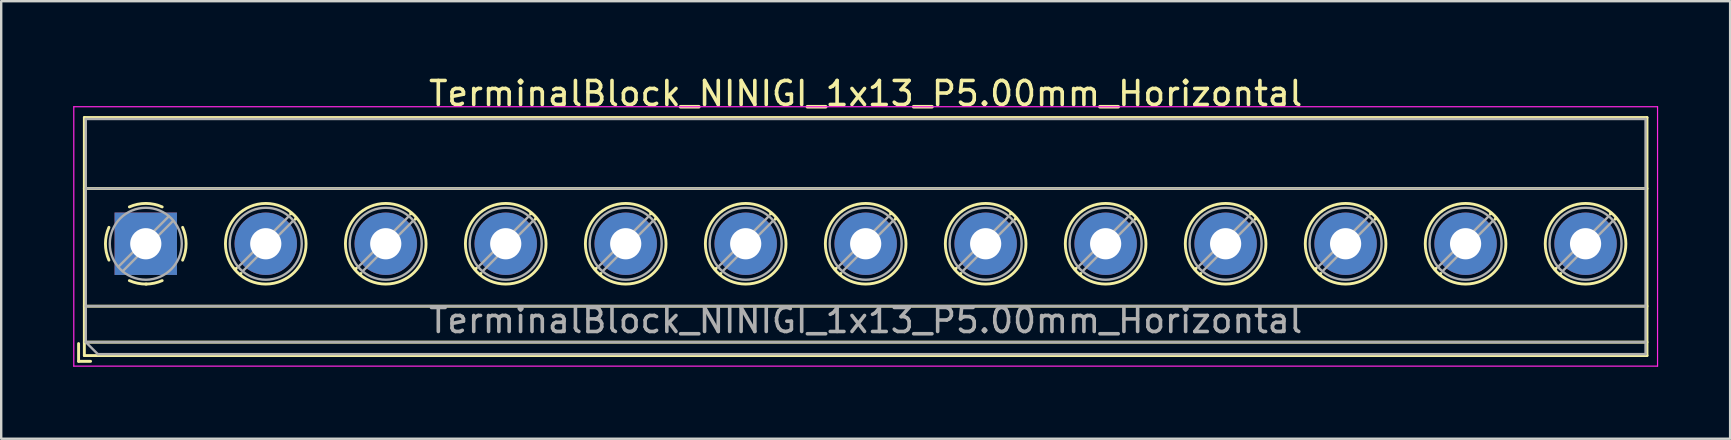
<source format=kicad_pcb>
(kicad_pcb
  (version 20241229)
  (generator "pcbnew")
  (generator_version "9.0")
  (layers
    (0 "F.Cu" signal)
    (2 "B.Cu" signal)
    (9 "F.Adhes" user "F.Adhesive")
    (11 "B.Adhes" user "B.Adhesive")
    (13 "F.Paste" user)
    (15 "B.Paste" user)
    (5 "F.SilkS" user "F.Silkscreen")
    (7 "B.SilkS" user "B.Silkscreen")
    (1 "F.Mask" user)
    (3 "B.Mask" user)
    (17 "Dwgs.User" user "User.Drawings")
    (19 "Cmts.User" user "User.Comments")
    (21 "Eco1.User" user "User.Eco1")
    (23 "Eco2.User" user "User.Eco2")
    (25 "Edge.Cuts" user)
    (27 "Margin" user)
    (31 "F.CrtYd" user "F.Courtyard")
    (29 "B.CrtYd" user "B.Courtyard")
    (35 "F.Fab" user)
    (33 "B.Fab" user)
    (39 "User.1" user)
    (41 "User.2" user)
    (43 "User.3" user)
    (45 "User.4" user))
  (footprint "TerminalBlock_NINIGI_1x13_P5.00mm_Horizontal"
    (layer "F.Cu")
    (at 3.025 7.108)
    (property "Reference" "TerminalBlock_NINIGI_1x13_P5.00mm_Horizontal" (at 30 -6.26 0) (layer "F.SilkS") (effects (font (size 1 1) (thickness 0.15))))
    (attr through_hole)
    (fp_line (start -2.8 4.16) (end -2.8 4.9) (stroke (width 0.12) (type solid)) (layer "F.SilkS"))
    (fp_line (start -2.8 4.9) (end -2.3 4.9) (stroke (width 0.12) (type solid)) (layer "F.SilkS"))
    (fp_line (start -2.56 -5.261) (end -2.56 4.66) (stroke (width 0.12) (type solid)) (layer "F.SilkS"))
    (fp_line (start -2.56 -5.261) (end 62.56 -5.261) (stroke (width 0.12) (type solid)) (layer "F.SilkS"))
    (fp_line (start -2.56 -2.301) (end 62.56 -2.301) (stroke (width 0.12) (type solid)) (layer "F.SilkS"))
    (fp_line (start -2.56 2.6) (end 62.56 2.6) (stroke (width 0.12) (type solid)) (layer "F.SilkS"))
    (fp_line (start -2.56 4.1) (end 62.56 4.1) (stroke (width 0.12) (type solid)) (layer "F.SilkS"))
    (fp_line (start -2.56 4.66) (end 62.56 4.66) (stroke (width 0.12) (type solid)) (layer "F.SilkS"))
    (fp_line (start 3.773 1.023) (end 3.726 1.069) (stroke (width 0.12) (type solid)) (layer "F.SilkS"))
    (fp_line (start 3.966 1.239) (end 3.931 1.274) (stroke (width 0.12) (type solid)) (layer "F.SilkS"))
    (fp_line (start 6.07 -1.275) (end 6.035 -1.239) (stroke (width 0.12) (type solid)) (layer "F.SilkS"))
    (fp_line (start 6.275 -1.069) (end 6.228 -1.023) (stroke (width 0.12) (type solid)) (layer "F.SilkS"))
    (fp_line (start 8.773 1.023) (end 8.726 1.069) (stroke (width 0.12) (type solid)) (layer "F.SilkS"))
    (fp_line (start 8.966 1.239) (end 8.931 1.274) (stroke (width 0.12) (type solid)) (layer "F.SilkS"))
    (fp_line (start 11.07 -1.275) (end 11.035 -1.239) (stroke (width 0.12) (type solid)) (layer "F.SilkS"))
    (fp_line (start 11.275 -1.069) (end 11.228 -1.023) (stroke (width 0.12) (type solid)) (layer "F.SilkS"))
    (fp_line (start 13.773 1.023) (end 13.726 1.069) (stroke (width 0.12) (type solid)) (layer "F.SilkS"))
    (fp_line (start 13.966 1.239) (end 13.931 1.274) (stroke (width 0.12) (type solid)) (layer "F.SilkS"))
    (fp_line (start 16.07 -1.275) (end 16.035 -1.239) (stroke (width 0.12) (type solid)) (layer "F.SilkS"))
    (fp_line (start 16.275 -1.069) (end 16.228 -1.023) (stroke (width 0.12) (type solid)) (layer "F.SilkS"))
    (fp_line (start 18.773 1.023) (end 18.726 1.069) (stroke (width 0.12) (type solid)) (layer "F.SilkS"))
    (fp_line (start 18.966 1.239) (end 18.931 1.274) (stroke (width 0.12) (type solid)) (layer "F.SilkS"))
    (fp_line (start 21.07 -1.275) (end 21.035 -1.239) (stroke (width 0.12) (type solid)) (layer "F.SilkS"))
    (fp_line (start 21.275 -1.069) (end 21.228 -1.023) (stroke (width 0.12) (type solid)) (layer "F.SilkS"))
    (fp_line (start 23.773 1.023) (end 23.726 1.069) (stroke (width 0.12) (type solid)) (layer "F.SilkS"))
    (fp_line (start 23.966 1.239) (end 23.931 1.274) (stroke (width 0.12) (type solid)) (layer "F.SilkS"))
    (fp_line (start 26.07 -1.275) (end 26.035 -1.239) (stroke (width 0.12) (type solid)) (layer "F.SilkS"))
    (fp_line (start 26.275 -1.069) (end 26.228 -1.023) (stroke (width 0.12) (type solid)) (layer "F.SilkS"))
    (fp_line (start 28.773 1.023) (end 28.726 1.069) (stroke (width 0.12) (type solid)) (layer "F.SilkS"))
    (fp_line (start 28.966 1.239) (end 28.931 1.274) (stroke (width 0.12) (type solid)) (layer "F.SilkS"))
    (fp_line (start 31.07 -1.275) (end 31.035 -1.239) (stroke (width 0.12) (type solid)) (layer "F.SilkS"))
    (fp_line (start 31.275 -1.069) (end 31.228 -1.023) (stroke (width 0.12) (type solid)) (layer "F.SilkS"))
    (fp_line (start 33.773 1.023) (end 33.726 1.069) (stroke (width 0.12) (type solid)) (layer "F.SilkS"))
    (fp_line (start 33.966 1.239) (end 33.931 1.274) (stroke (width 0.12) (type solid)) (layer "F.SilkS"))
    (fp_line (start 36.07 -1.275) (end 36.035 -1.239) (stroke (width 0.12) (type solid)) (layer "F.SilkS"))
    (fp_line (start 36.275 -1.069) (end 36.228 -1.023) (stroke (width 0.12) (type solid)) (layer "F.SilkS"))
    (fp_line (start 38.773 1.023) (end 38.726 1.069) (stroke (width 0.12) (type solid)) (layer "F.SilkS"))
    (fp_line (start 38.966 1.239) (end 38.931 1.274) (stroke (width 0.12) (type solid)) (layer "F.SilkS"))
    (fp_line (start 41.07 -1.275) (end 41.035 -1.239) (stroke (width 0.12) (type solid)) (layer "F.SilkS"))
    (fp_line (start 41.275 -1.069) (end 41.228 -1.023) (stroke (width 0.12) (type solid)) (layer "F.SilkS"))
    (fp_line (start 43.773 1.023) (end 43.726 1.069) (stroke (width 0.12) (type solid)) (layer "F.SilkS"))
    (fp_line (start 43.966 1.239) (end 43.931 1.274) (stroke (width 0.12) (type solid)) (layer "F.SilkS"))
    (fp_line (start 46.07 -1.275) (end 46.035 -1.239) (stroke (width 0.12) (type solid)) (layer "F.SilkS"))
    (fp_line (start 46.275 -1.069) (end 46.228 -1.023) (stroke (width 0.12) (type solid)) (layer "F.SilkS"))
    (fp_line (start 48.773 1.023) (end 48.726 1.069) (stroke (width 0.12) (type solid)) (layer "F.SilkS"))
    (fp_line (start 48.966 1.239) (end 48.931 1.274) (stroke (width 0.12) (type solid)) (layer "F.SilkS"))
    (fp_line (start 51.07 -1.275) (end 51.035 -1.239) (stroke (width 0.12) (type solid)) (layer "F.SilkS"))
    (fp_line (start 51.275 -1.069) (end 51.228 -1.023) (stroke (width 0.12) (type solid)) (layer "F.SilkS"))
    (fp_line (start 53.773 1.023) (end 53.726 1.069) (stroke (width 0.12) (type solid)) (layer "F.SilkS"))
    (fp_line (start 53.966 1.239) (end 53.931 1.274) (stroke (width 0.12) (type solid)) (layer "F.SilkS"))
    (fp_line (start 56.07 -1.275) (end 56.035 -1.239) (stroke (width 0.12) (type solid)) (layer "F.SilkS"))
    (fp_line (start 56.275 -1.069) (end 56.228 -1.023) (stroke (width 0.12) (type solid)) (layer "F.SilkS"))
    (fp_line (start 58.773 1.023) (end 58.726 1.069) (stroke (width 0.12) (type solid)) (layer "F.SilkS"))
    (fp_line (start 58.966 1.239) (end 58.931 1.274) (stroke (width 0.12) (type solid)) (layer "F.SilkS"))
    (fp_line (start 61.07 -1.275) (end 61.035 -1.239) (stroke (width 0.12) (type solid)) (layer "F.SilkS"))
    (fp_line (start 61.275 -1.069) (end 61.228 -1.023) (stroke (width 0.12) (type solid)) (layer "F.SilkS"))
    (fp_line (start 62.56 -5.261) (end 62.56 4.66) (stroke (width 0.12) (type solid)) (layer "F.SilkS"))
    (fp_arc (start -1.535427 0.683042) (mid -1.680501 -0.000524) (end -1.535 -0.684) (stroke (width 0.12) (type solid)) (layer "F.SilkS"))
    (fp_arc (start -0.683042 -1.535427) (mid 0.000524 -1.680501) (end 0.684 -1.535) (stroke (width 0.12) (type solid)) (layer "F.SilkS"))
    (fp_arc (start 0.028805 1.680253) (mid -0.335551 1.646659) (end -0.684 1.535) (stroke (width 0.12) (type solid)) (layer "F.SilkS"))
    (fp_arc (start 0.683318 1.534756) (mid 0.349292 1.643288) (end 0 1.68) (stroke (width 0.12) (type solid)) (layer "F.SilkS"))
    (fp_arc (start 1.535427 -0.683042) (mid 1.680501 0.000524) (end 1.535 0.684) (stroke (width 0.12) (type solid)) (layer "F.SilkS"))
    (fp_circle (center 5 0) (end 6.68 0) (stroke (width 0.12) (type solid)) (fill no) (layer "F.SilkS"))
    (fp_circle (center 10 0) (end 11.68 0) (stroke (width 0.12) (type solid)) (fill no) (layer "F.SilkS"))
    (fp_circle (center 15 0) (end 16.68 0) (stroke (width 0.12) (type solid)) (fill no) (layer "F.SilkS"))
    (fp_circle (center 20 0) (end 21.68 0) (stroke (width 0.12) (type solid)) (fill no) (layer "F.SilkS"))
    (fp_circle (center 25 0) (end 26.68 0) (stroke (width 0.12) (type solid)) (fill no) (layer "F.SilkS"))
    (fp_circle (center 30 0) (end 31.68 0) (stroke (width 0.12) (type solid)) (fill no) (layer "F.SilkS"))
    (fp_circle (center 35 0) (end 36.68 0) (stroke (width 0.12) (type solid)) (fill no) (layer "F.SilkS"))
    (fp_circle (center 40 0) (end 41.68 0) (stroke (width 0.12) (type solid)) (fill no) (layer "F.SilkS"))
    (fp_circle (center 45 0) (end 46.68 0) (stroke (width 0.12) (type solid)) (fill no) (layer "F.SilkS"))
    (fp_circle (center 50 0) (end 51.68 0) (stroke (width 0.12) (type solid)) (fill no) (layer "F.SilkS"))
    (fp_circle (center 55 0) (end 56.68 0) (stroke (width 0.12) (type solid)) (fill no) (layer "F.SilkS"))
    (fp_circle (center 60 0) (end 61.68 0) (stroke (width 0.12) (type solid)) (fill no) (layer "F.SilkS"))
    (fp_line (start -3 -5.71) (end -3 5.1) (stroke (width 0.05) (type solid)) (layer "F.CrtYd"))
    (fp_line (start -3 5.1) (end 63 5.1) (stroke (width 0.05) (type solid)) (layer "F.CrtYd"))
    (fp_line (start 63 -5.71) (end -3 -5.71) (stroke (width 0.05) (type solid)) (layer "F.CrtYd"))
    (fp_line (start 63 5.1) (end 63 -5.71) (stroke (width 0.05) (type solid)) (layer "F.CrtYd"))
    (fp_line (start -2.5 -5.2) (end 62.5 -5.2) (stroke (width 0.1) (type solid)) (layer "F.Fab"))
    (fp_line (start -2.5 -2.3) (end 62.5 -2.3) (stroke (width 0.1) (type solid)) (layer "F.Fab"))
    (fp_line (start -2.5 2.6) (end 62.5 2.6) (stroke (width 0.1) (type solid)) (layer "F.Fab"))
    (fp_line (start -2.5 4.1) (end -2.5 -5.2) (stroke (width 0.1) (type solid)) (layer "F.Fab"))
    (fp_line (start -2.5 4.1) (end 62.5 4.1) (stroke (width 0.1) (type solid)) (layer "F.Fab"))
    (fp_line (start -2 4.6) (end -2.5 4.1) (stroke (width 0.1) (type solid)) (layer "F.Fab"))
    (fp_line (start 0.955 -1.138) (end -1.138 0.955) (stroke (width 0.1) (type solid)) (layer "F.Fab"))
    (fp_line (start 1.138 -0.955) (end -0.955 1.138) (stroke (width 0.1) (type solid)) (layer "F.Fab"))
    (fp_line (start 5.955 -1.138) (end 3.863 0.955) (stroke (width 0.1) (type solid)) (layer "F.Fab"))
    (fp_line (start 6.138 -0.955) (end 4.046 1.138) (stroke (width 0.1) (type solid)) (layer "F.Fab"))
    (fp_line (start 10.955 -1.138) (end 8.863 0.955) (stroke (width 0.1) (type solid)) (layer "F.Fab"))
    (fp_line (start 11.138 -0.955) (end 9.046 1.138) (stroke (width 0.1) (type solid)) (layer "F.Fab"))
    (fp_line (start 15.955 -1.138) (end 13.863 0.955) (stroke (width 0.1) (type solid)) (layer "F.Fab"))
    (fp_line (start 16.138 -0.955) (end 14.046 1.138) (stroke (width 0.1) (type solid)) (layer "F.Fab"))
    (fp_line (start 20.955 -1.138) (end 18.863 0.955) (stroke (width 0.1) (type solid)) (layer "F.Fab"))
    (fp_line (start 21.138 -0.955) (end 19.046 1.138) (stroke (width 0.1) (type solid)) (layer "F.Fab"))
    (fp_line (start 25.955 -1.138) (end 23.863 0.955) (stroke (width 0.1) (type solid)) (layer "F.Fab"))
    (fp_line (start 26.138 -0.955) (end 24.046 1.138) (stroke (width 0.1) (type solid)) (layer "F.Fab"))
    (fp_line (start 30.955 -1.138) (end 28.863 0.955) (stroke (width 0.1) (type solid)) (layer "F.Fab"))
    (fp_line (start 31.138 -0.955) (end 29.046 1.138) (stroke (width 0.1) (type solid)) (layer "F.Fab"))
    (fp_line (start 35.955 -1.138) (end 33.863 0.955) (stroke (width 0.1) (type solid)) (layer "F.Fab"))
    (fp_line (start 36.138 -0.955) (end 34.046 1.138) (stroke (width 0.1) (type solid)) (layer "F.Fab"))
    (fp_line (start 40.955 -1.138) (end 38.863 0.955) (stroke (width 0.1) (type solid)) (layer "F.Fab"))
    (fp_line (start 41.138 -0.955) (end 39.046 1.138) (stroke (width 0.1) (type solid)) (layer "F.Fab"))
    (fp_line (start 45.955 -1.138) (end 43.863 0.955) (stroke (width 0.1) (type solid)) (layer "F.Fab"))
    (fp_line (start 46.138 -0.955) (end 44.046 1.138) (stroke (width 0.1) (type solid)) (layer "F.Fab"))
    (fp_line (start 50.955 -1.138) (end 48.863 0.955) (stroke (width 0.1) (type solid)) (layer "F.Fab"))
    (fp_line (start 51.138 -0.955) (end 49.046 1.138) (stroke (width 0.1) (type solid)) (layer "F.Fab"))
    (fp_line (start 55.955 -1.138) (end 53.863 0.955) (stroke (width 0.1) (type solid)) (layer "F.Fab"))
    (fp_line (start 56.138 -0.955) (end 54.046 1.138) (stroke (width 0.1) (type solid)) (layer "F.Fab"))
    (fp_line (start 60.955 -1.138) (end 58.863 0.955) (stroke (width 0.1) (type solid)) (layer "F.Fab"))
    (fp_line (start 61.138 -0.955) (end 59.046 1.138) (stroke (width 0.1) (type solid)) (layer "F.Fab"))
    (fp_line (start 62.5 -5.2) (end 62.5 4.6) (stroke (width 0.1) (type solid)) (layer "F.Fab"))
    (fp_line (start 62.5 4.6) (end -2 4.6) (stroke (width 0.1) (type solid)) (layer "F.Fab"))
    (fp_circle (center 0 0) (end 1.5 0) (stroke (width 0.1) (type solid)) (fill no) (layer "F.Fab"))
    (fp_circle (center 5 0) (end 6.5 0) (stroke (width 0.1) (type solid)) (fill no) (layer "F.Fab"))
    (fp_circle (center 10 0) (end 11.5 0) (stroke (width 0.1) (type solid)) (fill no) (layer "F.Fab"))
    (fp_circle (center 15 0) (end 16.5 0) (stroke (width 0.1) (type solid)) (fill no) (layer "F.Fab"))
    (fp_circle (center 20 0) (end 21.5 0) (stroke (width 0.1) (type solid)) (fill no) (layer "F.Fab"))
    (fp_circle (center 25 0) (end 26.5 0) (stroke (width 0.1) (type solid)) (fill no) (layer "F.Fab"))
    (fp_circle (center 30 0) (end 31.5 0) (stroke (width 0.1) (type solid)) (fill no) (layer "F.Fab"))
    (fp_circle (center 35 0) (end 36.5 0) (stroke (width 0.1) (type solid)) (fill no) (layer "F.Fab"))
    (fp_circle (center 40 0) (end 41.5 0) (stroke (width 0.1) (type solid)) (fill no) (layer "F.Fab"))
    (fp_circle (center 45 0) (end 46.5 0) (stroke (width 0.1) (type solid)) (fill no) (layer "F.Fab"))
    (fp_circle (center 50 0) (end 51.5 0) (stroke (width 0.1) (type solid)) (fill no) (layer "F.Fab"))
    (fp_circle (center 55 0) (end 56.5 0) (stroke (width 0.1) (type solid)) (fill no) (layer "F.Fab"))
    (fp_circle (center 60 0) (end 61.5 0) (stroke (width 0.1) (type solid)) (fill no) (layer "F.Fab"))
    (fp_text user "${REFERENCE}" (at 30 3.2 0) (layer "F.Fab") (effects (font (size 1 1) (thickness 0.15))))
    (pad "1" thru_hole rect (at 0 0) (size 2.6 2.6) (drill 1.3) (layers "*.Cu" "*.Mask"))
    (pad "2" thru_hole circle (at 5 0) (size 2.6 2.6) (drill 1.3) (layers "*.Cu" "*.Mask"))
    (pad "3" thru_hole circle (at 10 0) (size 2.6 2.6) (drill 1.3) (layers "*.Cu" "*.Mask"))
    (pad "4" thru_hole circle (at 15 0) (size 2.6 2.6) (drill 1.3) (layers "*.Cu" "*.Mask"))
    (pad "5" thru_hole circle (at 20 0) (size 2.6 2.6) (drill 1.3) (layers "*.Cu" "*.Mask"))
    (pad "6" thru_hole circle (at 25 0) (size 2.6 2.6) (drill 1.3) (layers "*.Cu" "*.Mask"))
    (pad "7" thru_hole circle (at 30 0) (size 2.6 2.6) (drill 1.3) (layers "*.Cu" "*.Mask"))
    (pad "8" thru_hole circle (at 35 0) (size 2.6 2.6) (drill 1.3) (layers "*.Cu" "*.Mask"))
    (pad "9" thru_hole circle (at 40 0) (size 2.6 2.6) (drill 1.3) (layers "*.Cu" "*.Mask"))
    (pad "10" thru_hole circle (at 45 0) (size 2.6 2.6) (drill 1.3) (layers "*.Cu" "*.Mask"))
    (pad "11" thru_hole circle (at 50 0) (size 2.6 2.6) (drill 1.3) (layers "*.Cu" "*.Mask"))
    (pad "12" thru_hole circle (at 55 0) (size 2.6 2.6) (drill 1.3) (layers "*.Cu" "*.Mask"))
    (pad "13" thru_hole circle (at 60 0) (size 2.6 2.6) (drill 1.3) (layers "*.Cu" "*.Mask")))
  (gr_rect
    (start -3 -3)
    (end 69.05 15.233)
    (stroke (width 0.1) (type default))
    (fill no)
    (layer "Edge.Cuts")))
</source>
